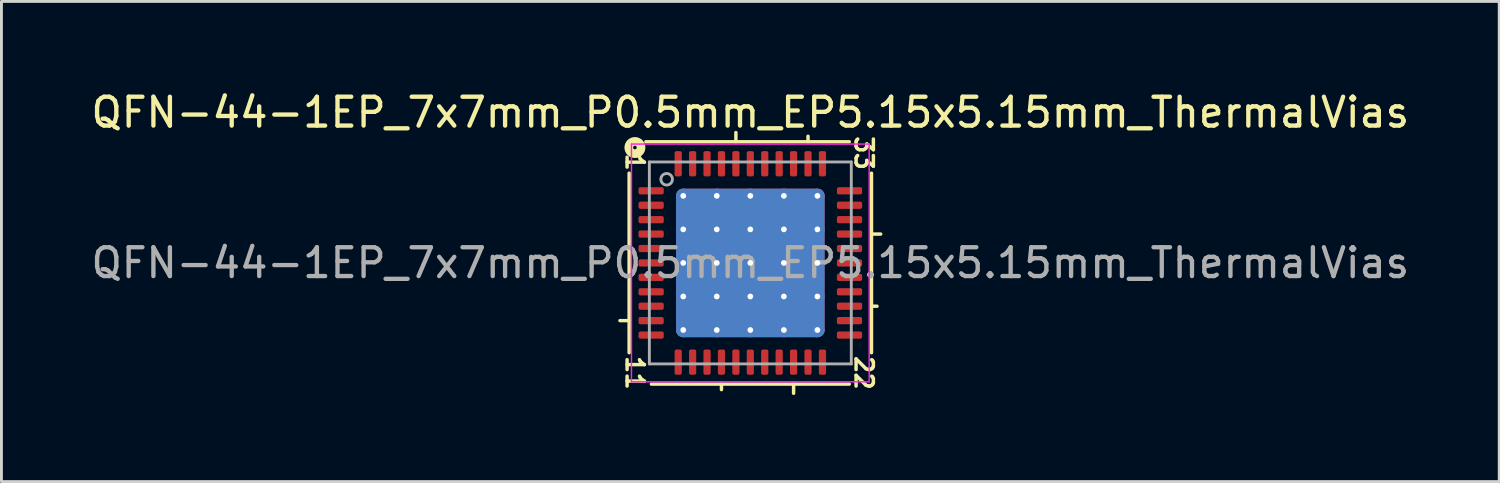
<source format=kicad_pcb>
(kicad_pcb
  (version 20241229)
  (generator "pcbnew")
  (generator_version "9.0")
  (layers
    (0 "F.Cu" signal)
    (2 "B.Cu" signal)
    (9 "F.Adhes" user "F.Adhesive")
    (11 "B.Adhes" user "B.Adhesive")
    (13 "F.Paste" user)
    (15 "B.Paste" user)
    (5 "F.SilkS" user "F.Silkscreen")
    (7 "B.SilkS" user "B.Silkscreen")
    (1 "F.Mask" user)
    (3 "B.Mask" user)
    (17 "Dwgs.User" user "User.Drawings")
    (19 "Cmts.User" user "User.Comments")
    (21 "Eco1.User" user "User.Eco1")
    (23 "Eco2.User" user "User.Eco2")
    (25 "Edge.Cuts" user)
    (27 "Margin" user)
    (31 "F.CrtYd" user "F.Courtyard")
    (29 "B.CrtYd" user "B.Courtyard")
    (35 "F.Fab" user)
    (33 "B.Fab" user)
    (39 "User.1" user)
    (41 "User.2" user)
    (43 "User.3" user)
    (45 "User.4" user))
  (footprint "QFN-44-1EP_7x7mm_P0.5mm_EP5.15x5.15mm_ThermalVias"
    (layer "F.Cu")
    (at 22.958 6.064)
    (property "Reference" "QFN-44-1EP_7x7mm_P0.5mm_EP5.15x5.15mm_ThermalVias" (at 0 -5.216 0) (layer "F.SilkS") (effects (font (size 1 1) (thickness 0.15))))
    (attr smd)
    (fp_line (start -4.2 -3.111) (end -4.2 3.111) (stroke (width 0.12) (type solid)) (layer "F.SilkS"))
    (fp_line (start -4.2 -0.5) (end -4.391 -0.5) (stroke (width 0.12) (type solid)) (layer "F.SilkS"))
    (fp_line (start -4.2 2) (end -4.518 2) (stroke (width 0.12) (type solid)) (layer "F.SilkS"))
    (fp_line (start -3.429 4.2) (end 3.429 4.2) (stroke (width 0.12) (type solid)) (layer "F.SilkS"))
    (fp_line (start -1 4.2) (end -1 4.391) (stroke (width 0.12) (type solid)) (layer "F.SilkS"))
    (fp_line (start -0.5 -4.2) (end -0.5 -4.518) (stroke (width 0.12) (type solid)) (layer "F.SilkS"))
    (fp_line (start 1.5 4.2) (end 1.5 4.518) (stroke (width 0.12) (type solid)) (layer "F.SilkS"))
    (fp_line (start 2 -4.2) (end 2 -4.391) (stroke (width 0.12) (type solid)) (layer "F.SilkS"))
    (fp_line (start 3.429 -4.2) (end -3.619 -4.2) (stroke (width 0.12) (type solid)) (layer "F.SilkS"))
    (fp_line (start 4.2 -1) (end 4.518 -1) (stroke (width 0.12) (type solid)) (layer "F.SilkS"))
    (fp_line (start 4.2 1.5) (end 4.391 1.5) (stroke (width 0.12) (type solid)) (layer "F.SilkS"))
    (fp_line (start 4.2 3.111) (end 4.2 -3.111) (stroke (width 0.12) (type solid)) (layer "F.SilkS"))
    (fp_circle (center -4 -4) (end -3.937 -4) (stroke (width 0.3) (type solid)) (fill no) (layer "F.SilkS"))
    (fp_line (start -4.12 -4.12) (end -4.12 4.12) (stroke (width 0.05) (type solid)) (layer "F.CrtYd"))
    (fp_line (start -4.12 4.12) (end 4.12 4.12) (stroke (width 0.05) (type solid)) (layer "F.CrtYd"))
    (fp_line (start 4.12 -4.12) (end -4.12 -4.12) (stroke (width 0.05) (type solid)) (layer "F.CrtYd"))
    (fp_line (start 4.12 4.12) (end 4.12 -4.12) (stroke (width 0.05) (type solid)) (layer "F.CrtYd"))
    (fp_line (start -3.5 -3.5) (end 3.5 -3.5) (stroke (width 0.1) (type solid)) (layer "F.Fab"))
    (fp_line (start -3.5 3.5) (end -3.5 -3.5) (stroke (width 0.1) (type solid)) (layer "F.Fab"))
    (fp_line (start 3.5 -3.5) (end 3.5 3.5) (stroke (width 0.1) (type solid)) (layer "F.Fab"))
    (fp_line (start 3.5 3.5) (end -3.5 3.5) (stroke (width 0.1) (type solid)) (layer "F.Fab"))
    (fp_circle (center -2.9 -2.9) (end -2.7 -2.9) (stroke (width 0.1) (type solid)) (fill no) (layer "F.Fab"))
    (fp_text user "11" (at -4 3.81 270) (unlocked yes) (layer "F.SilkS") (effects (font (size 0.6 0.6) (thickness 0.12))))
    (fp_text user "22" (at 3.937 3.81 270) (unlocked yes) (layer "F.SilkS") (effects (font (size 0.6 0.6) (thickness 0.12))))
    (fp_text user "1" (at -4 -3.493 270) (unlocked yes) (layer "F.SilkS") (effects (font (size 0.6 0.6) (thickness 0.12))))
    (fp_text user "33" (at 3.937 -3.81 270) (unlocked yes) (layer "F.SilkS") (effects (font (size 0.6 0.6) (thickness 0.12))))
    (fp_text user "${REFERENCE}" (at 0 0 0) (layer "F.Fab") (effects (font (size 1 1) (thickness 0.15))))
    (pad "" smd roundrect (at -1.744 -1.744) (size 0.997 0.997) (layers "F.Paste") (roundrect_rratio 0.25))
    (pad "" smd roundrect (at -1.744 -0.581) (size 0.997 0.997) (layers "F.Paste") (roundrect_rratio 0.25))
    (pad "" smd roundrect (at -1.744 0.581) (size 0.997 0.997) (layers "F.Paste") (roundrect_rratio 0.25))
    (pad "" smd roundrect (at -1.744 1.744) (size 0.997 0.997) (layers "F.Paste") (roundrect_rratio 0.25))
    (pad "" smd roundrect (at -0.581 -1.744) (size 0.997 0.997) (layers "F.Paste") (roundrect_rratio 0.25))
    (pad "" smd roundrect (at -0.581 -0.581) (size 0.997 0.997) (layers "F.Paste") (roundrect_rratio 0.25))
    (pad "" smd roundrect (at -0.581 0.581) (size 0.997 0.997) (layers "F.Paste") (roundrect_rratio 0.25))
    (pad "" smd roundrect (at -0.581 1.744) (size 0.997 0.997) (layers "F.Paste") (roundrect_rratio 0.25))
    (pad "" smd roundrect (at 0.581 -1.744) (size 0.997 0.997) (layers "F.Paste") (roundrect_rratio 0.25))
    (pad "" smd roundrect (at 0.581 -0.581) (size 0.997 0.997) (layers "F.Paste") (roundrect_rratio 0.25))
    (pad "" smd roundrect (at 0.581 0.581) (size 0.997 0.997) (layers "F.Paste") (roundrect_rratio 0.25))
    (pad "" smd roundrect (at 0.581 1.744) (size 0.997 0.997) (layers "F.Paste") (roundrect_rratio 0.25))
    (pad "" smd roundrect (at 1.744 -1.744) (size 0.997 0.997) (layers "F.Paste") (roundrect_rratio 0.25))
    (pad "" smd roundrect (at 1.744 -0.581) (size 0.997 0.997) (layers "F.Paste") (roundrect_rratio 0.25))
    (pad "" smd roundrect (at 1.744 0.581) (size 0.997 0.997) (layers "F.Paste") (roundrect_rratio 0.25))
    (pad "" smd roundrect (at 1.744 1.744) (size 0.997 0.997) (layers "F.Paste") (roundrect_rratio 0.25))
    (pad "1" smd roundrect (at -3.438 -2.5) (size 0.875 0.25) (layers "F.Cu" "F.Mask" "F.Paste") (roundrect_rratio 0.25))
    (pad "2" smd roundrect (at -3.438 -2) (size 0.875 0.25) (layers "F.Cu" "F.Mask" "F.Paste") (roundrect_rratio 0.25))
    (pad "3" smd roundrect (at -3.438 -1.5) (size 0.875 0.25) (layers "F.Cu" "F.Mask" "F.Paste") (roundrect_rratio 0.25))
    (pad "4" smd roundrect (at -3.438 -1) (size 0.875 0.25) (layers "F.Cu" "F.Mask" "F.Paste") (roundrect_rratio 0.25))
    (pad "5" smd roundrect (at -3.438 -0.5) (size 0.875 0.25) (layers "F.Cu" "F.Mask" "F.Paste") (roundrect_rratio 0.25))
    (pad "6" smd roundrect (at -3.438 0) (size 0.875 0.25) (layers "F.Cu" "F.Mask" "F.Paste") (roundrect_rratio 0.25))
    (pad "7" smd roundrect (at -3.438 0.5) (size 0.875 0.25) (layers "F.Cu" "F.Mask" "F.Paste") (roundrect_rratio 0.25))
    (pad "8" smd roundrect (at -3.438 1) (size 0.875 0.25) (layers "F.Cu" "F.Mask" "F.Paste") (roundrect_rratio 0.25))
    (pad "9" smd roundrect (at -3.438 1.5) (size 0.875 0.25) (layers "F.Cu" "F.Mask" "F.Paste") (roundrect_rratio 0.25))
    (pad "10" smd roundrect (at -3.438 2) (size 0.875 0.25) (layers "F.Cu" "F.Mask" "F.Paste") (roundrect_rratio 0.25))
    (pad "11" smd roundrect (at -3.438 2.5) (size 0.875 0.25) (layers "F.Cu" "F.Mask" "F.Paste") (roundrect_rratio 0.25))
    (pad "12" smd roundrect (at -2.5 3.438) (size 0.25 0.875) (layers "F.Cu" "F.Mask" "F.Paste") (roundrect_rratio 0.25))
    (pad "13" smd roundrect (at -2 3.438) (size 0.25 0.875) (layers "F.Cu" "F.Mask" "F.Paste") (roundrect_rratio 0.25))
    (pad "14" smd roundrect (at -1.5 3.438) (size 0.25 0.875) (layers "F.Cu" "F.Mask" "F.Paste") (roundrect_rratio 0.25))
    (pad "15" smd roundrect (at -1 3.438) (size 0.25 0.875) (layers "F.Cu" "F.Mask" "F.Paste") (roundrect_rratio 0.25))
    (pad "16" smd roundrect (at -0.5 3.438) (size 0.25 0.875) (layers "F.Cu" "F.Mask" "F.Paste") (roundrect_rratio 0.25))
    (pad "17" smd roundrect (at 0 3.438) (size 0.25 0.875) (layers "F.Cu" "F.Mask" "F.Paste") (roundrect_rratio 0.25))
    (pad "18" smd roundrect (at 0.5 3.438) (size 0.25 0.875) (layers "F.Cu" "F.Mask" "F.Paste") (roundrect_rratio 0.25))
    (pad "19" smd roundrect (at 1 3.438) (size 0.25 0.875) (layers "F.Cu" "F.Mask" "F.Paste") (roundrect_rratio 0.25))
    (pad "20" smd roundrect (at 1.5 3.438) (size 0.25 0.875) (layers "F.Cu" "F.Mask" "F.Paste") (roundrect_rratio 0.25))
    (pad "21" smd roundrect (at 2 3.438) (size 0.25 0.875) (layers "F.Cu" "F.Mask" "F.Paste") (roundrect_rratio 0.25))
    (pad "22" smd roundrect (at 2.5 3.438) (size 0.25 0.875) (layers "F.Cu" "F.Mask" "F.Paste") (roundrect_rratio 0.25))
    (pad "23" smd roundrect (at 3.438 2.5) (size 0.875 0.25) (layers "F.Cu" "F.Mask" "F.Paste") (roundrect_rratio 0.25))
    (pad "24" smd roundrect (at 3.438 2) (size 0.875 0.25) (layers "F.Cu" "F.Mask" "F.Paste") (roundrect_rratio 0.25))
    (pad "25" smd roundrect (at 3.438 1.5) (size 0.875 0.25) (layers "F.Cu" "F.Mask" "F.Paste") (roundrect_rratio 0.25))
    (pad "26" smd roundrect (at 3.438 1) (size 0.875 0.25) (layers "F.Cu" "F.Mask" "F.Paste") (roundrect_rratio 0.25))
    (pad "27" smd roundrect (at 3.438 0.5) (size 0.875 0.25) (layers "F.Cu" "F.Mask" "F.Paste") (roundrect_rratio 0.25))
    (pad "28" smd roundrect (at 3.438 0) (size 0.875 0.25) (layers "F.Cu" "F.Mask" "F.Paste") (roundrect_rratio 0.25))
    (pad "29" smd roundrect (at 3.438 -0.5) (size 0.875 0.25) (layers "F.Cu" "F.Mask" "F.Paste") (roundrect_rratio 0.25))
    (pad "30" smd roundrect (at 3.438 -1) (size 0.875 0.25) (layers "F.Cu" "F.Mask" "F.Paste") (roundrect_rratio 0.25))
    (pad "31" smd roundrect (at 3.438 -1.5) (size 0.875 0.25) (layers "F.Cu" "F.Mask" "F.Paste") (roundrect_rratio 0.25))
    (pad "32" smd roundrect (at 3.438 -2) (size 0.875 0.25) (layers "F.Cu" "F.Mask" "F.Paste") (roundrect_rratio 0.25))
    (pad "33" smd roundrect (at 3.438 -2.5) (size 0.875 0.25) (layers "F.Cu" "F.Mask" "F.Paste") (roundrect_rratio 0.25))
    (pad "34" smd roundrect (at 2.5 -3.438) (size 0.25 0.875) (layers "F.Cu" "F.Mask" "F.Paste") (roundrect_rratio 0.25))
    (pad "35" smd roundrect (at 2 -3.438) (size 0.25 0.875) (layers "F.Cu" "F.Mask" "F.Paste") (roundrect_rratio 0.25))
    (pad "36" smd roundrect (at 1.5 -3.438) (size 0.25 0.875) (layers "F.Cu" "F.Mask" "F.Paste") (roundrect_rratio 0.25))
    (pad "37" smd roundrect (at 1 -3.438) (size 0.25 0.875) (layers "F.Cu" "F.Mask" "F.Paste") (roundrect_rratio 0.25))
    (pad "38" smd roundrect (at 0.5 -3.438) (size 0.25 0.875) (layers "F.Cu" "F.Mask" "F.Paste") (roundrect_rratio 0.25))
    (pad "39" smd roundrect (at 0 -3.438) (size 0.25 0.875) (layers "F.Cu" "F.Mask" "F.Paste") (roundrect_rratio 0.25))
    (pad "40" smd roundrect (at -0.5 -3.438) (size 0.25 0.875) (layers "F.Cu" "F.Mask" "F.Paste") (roundrect_rratio 0.25))
    (pad "41" smd roundrect (at -1 -3.438) (size 0.25 0.875) (layers "F.Cu" "F.Mask" "F.Paste") (roundrect_rratio 0.25))
    (pad "42" smd roundrect (at -1.5 -3.438) (size 0.25 0.875) (layers "F.Cu" "F.Mask" "F.Paste") (roundrect_rratio 0.25))
    (pad "43" smd roundrect (at -2 -3.438) (size 0.25 0.875) (layers "F.Cu" "F.Mask" "F.Paste") (roundrect_rratio 0.25))
    (pad "44" smd roundrect (at -2.5 -3.438) (size 0.25 0.875) (layers "F.Cu" "F.Mask" "F.Paste") (roundrect_rratio 0.25))
    (pad "45" thru_hole circle (at -2.325 -2.325) (size 0.5 0.5) (drill 0.2) (property pad_prop_heatsink) (layers "*.Cu"))
    (pad "45" thru_hole circle (at -2.325 -1.163) (size 0.5 0.5) (drill 0.2) (property pad_prop_heatsink) (layers "*.Cu"))
    (pad "45" thru_hole circle (at -2.325 0) (size 0.5 0.5) (drill 0.2) (property pad_prop_heatsink) (layers "*.Cu"))
    (pad "45" thru_hole circle (at -2.325 1.163) (size 0.5 0.5) (drill 0.2) (property pad_prop_heatsink) (layers "*.Cu"))
    (pad "45" thru_hole circle (at -2.325 2.325) (size 0.5 0.5) (drill 0.2) (property pad_prop_heatsink) (layers "*.Cu"))
    (pad "45" thru_hole circle (at -1.163 -2.325) (size 0.5 0.5) (drill 0.2) (property pad_prop_heatsink) (layers "*.Cu"))
    (pad "45" thru_hole circle (at -1.163 -1.163) (size 0.5 0.5) (drill 0.2) (property pad_prop_heatsink) (layers "*.Cu"))
    (pad "45" thru_hole circle (at -1.163 0) (size 0.5 0.5) (drill 0.2) (property pad_prop_heatsink) (layers "*.Cu"))
    (pad "45" thru_hole circle (at -1.163 1.163) (size 0.5 0.5) (drill 0.2) (property pad_prop_heatsink) (layers "*.Cu"))
    (pad "45" thru_hole circle (at -1.163 2.325) (size 0.5 0.5) (drill 0.2) (property pad_prop_heatsink) (layers "*.Cu"))
    (pad "45" thru_hole circle (at 0 -2.325) (size 0.5 0.5) (drill 0.2) (property pad_prop_heatsink) (layers "*.Cu"))
    (pad "45" thru_hole circle (at 0 -1.163) (size 0.5 0.5) (drill 0.2) (property pad_prop_heatsink) (layers "*.Cu"))
    (pad "45" thru_hole circle (at 0 0) (size 0.5 0.5) (drill 0.2) (property pad_prop_heatsink) (layers "*.Cu"))
    (pad "45" smd roundrect (at 0 0) (size 5.15 5.15) (layers "F.Cu" "F.Mask") (roundrect_rratio 0.049))
    (pad "45" smd roundrect (at 0 0) (size 5.15 5.15) (layers "B.Cu") (roundrect_rratio 0.049))
    (pad "45" thru_hole circle (at 0 1.163) (size 0.5 0.5) (drill 0.2) (property pad_prop_heatsink) (layers "*.Cu"))
    (pad "45" thru_hole circle (at 0 2.325) (size 0.5 0.5) (drill 0.2) (property pad_prop_heatsink) (layers "*.Cu"))
    (pad "45" thru_hole circle (at 1.163 -2.325) (size 0.5 0.5) (drill 0.2) (property pad_prop_heatsink) (layers "*.Cu"))
    (pad "45" thru_hole circle (at 1.163 -1.163) (size 0.5 0.5) (drill 0.2) (property pad_prop_heatsink) (layers "*.Cu"))
    (pad "45" thru_hole circle (at 1.163 0) (size 0.5 0.5) (drill 0.2) (property pad_prop_heatsink) (layers "*.Cu"))
    (pad "45" thru_hole circle (at 1.163 1.163) (size 0.5 0.5) (drill 0.2) (property pad_prop_heatsink) (layers "*.Cu"))
    (pad "45" thru_hole circle (at 1.163 2.325) (size 0.5 0.5) (drill 0.2) (property pad_prop_heatsink) (layers "*.Cu"))
    (pad "45" thru_hole circle (at 2.325 -2.325) (size 0.5 0.5) (drill 0.2) (property pad_prop_heatsink) (layers "*.Cu"))
    (pad "45" thru_hole circle (at 2.325 -1.163) (size 0.5 0.5) (drill 0.2) (property pad_prop_heatsink) (layers "*.Cu"))
    (pad "45" thru_hole circle (at 2.325 0) (size 0.5 0.5) (drill 0.2) (property pad_prop_heatsink) (layers "*.Cu"))
    (pad "45" thru_hole circle (at 2.325 1.163) (size 0.5 0.5) (drill 0.2) (property pad_prop_heatsink) (layers "*.Cu"))
    (pad "45" thru_hole circle (at 2.325 2.325) (size 0.5 0.5) (drill 0.2) (property pad_prop_heatsink) (layers "*.Cu")))
  (gr_rect
    (start -3 -3)
    (end 48.917 13.642)
    (stroke (width 0.1) (type default))
    (fill no)
    (layer "Edge.Cuts")))
</source>
